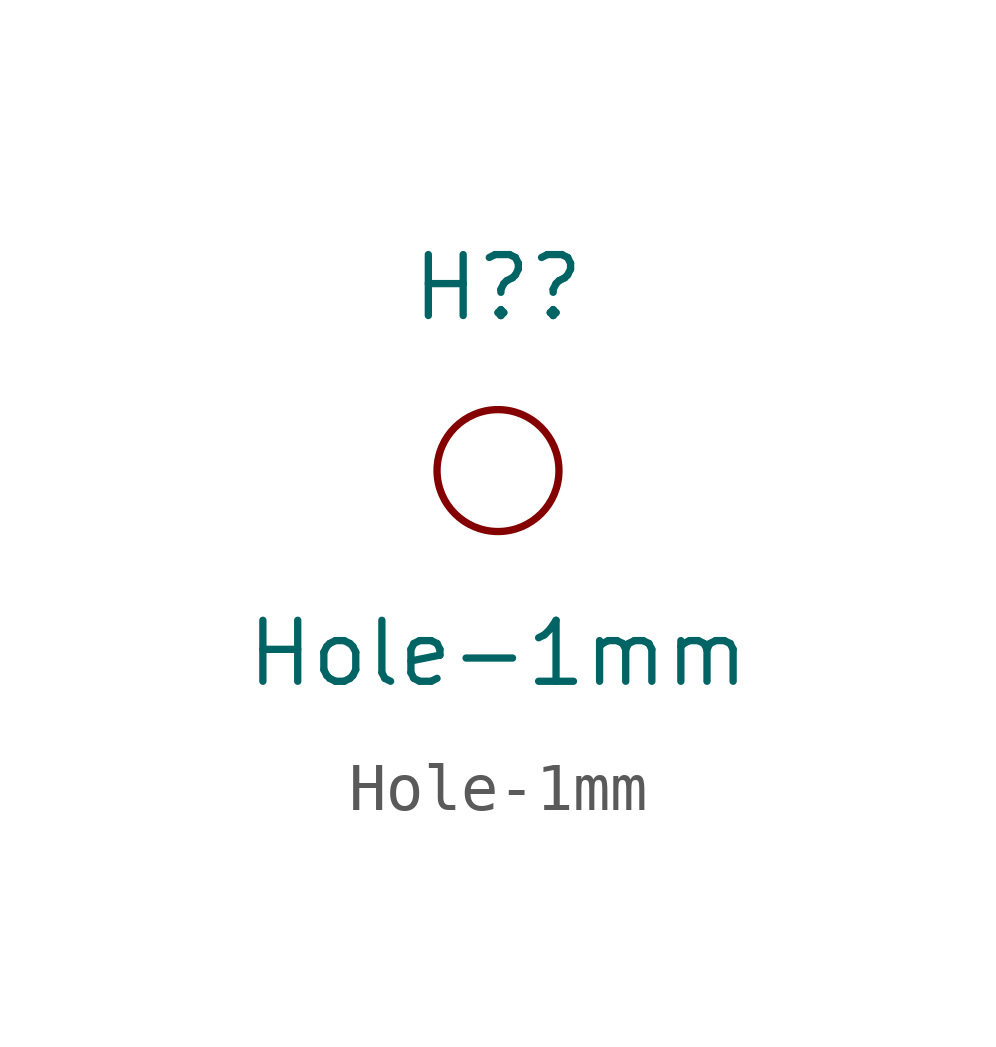
<source format=kicad_sym>
(kicad_symbol_lib
  (version 20220914)
  (generator kicad_symbol_editor)
  (symbol "Hole-1mm"
    (property "Reference" "H?"
      (at 0 6.35 0)
      (effects (font (size 1.27 1.27))))
    (property "Value" "Hole-1mm"
      (at 0 -1.27 0)
      (effects (font (size 1.27 1.27))))
    (symbol "Hole-1mm_0_1"
      (circle (center 0 2.54) (radius 1.27) (stroke (width 0) (type default)) (fill (type none))))))
</source>
